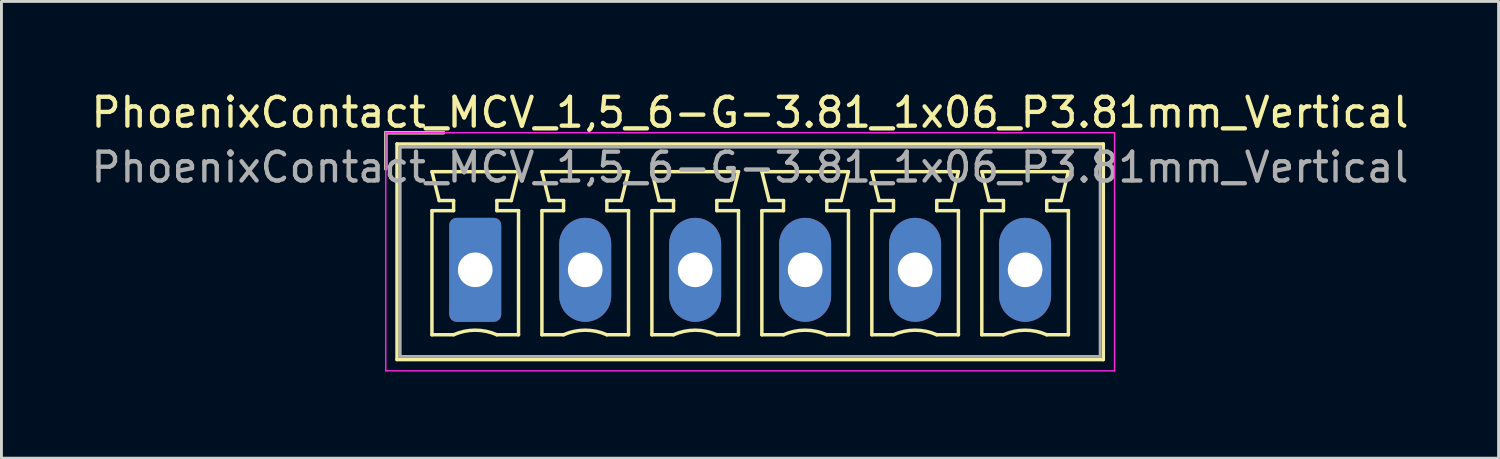
<source format=kicad_pcb>
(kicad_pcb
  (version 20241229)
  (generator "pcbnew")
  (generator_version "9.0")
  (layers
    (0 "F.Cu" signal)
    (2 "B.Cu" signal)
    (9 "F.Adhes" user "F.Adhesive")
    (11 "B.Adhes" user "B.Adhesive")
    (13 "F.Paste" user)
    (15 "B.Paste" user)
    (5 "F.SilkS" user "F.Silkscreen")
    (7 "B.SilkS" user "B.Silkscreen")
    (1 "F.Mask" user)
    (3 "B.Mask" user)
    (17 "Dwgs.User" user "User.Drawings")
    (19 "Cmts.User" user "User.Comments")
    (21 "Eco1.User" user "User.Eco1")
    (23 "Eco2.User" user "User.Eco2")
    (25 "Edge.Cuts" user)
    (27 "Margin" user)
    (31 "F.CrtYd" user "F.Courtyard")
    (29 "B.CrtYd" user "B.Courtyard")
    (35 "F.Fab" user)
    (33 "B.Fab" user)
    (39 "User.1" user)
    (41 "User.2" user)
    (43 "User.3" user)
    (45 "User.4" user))
  (footprint "PhoenixContact_MCV_1,5_6-G-3.81_1x06_P3.81mm_Vertical"
    (layer "F.Cu")
    (at 13.415 6.298)
    (property "Reference" "PhoenixContact_MCV_1,5_6-G-3.81_1x06_P3.81mm_Vertical" (at 9.52 -5.45 0) (layer "F.SilkS") (effects (font (size 1 1) (thickness 0.15))))
    (attr through_hole)
    (fp_line (start -3.1 -4.75) (end -1.1 -4.75) (stroke (width 0.12) (type solid)) (layer "F.SilkS"))
    (fp_line (start -3.1 -3.5) (end -3.1 -4.75) (stroke (width 0.12) (type solid)) (layer "F.SilkS"))
    (fp_line (start -2.71 -4.36) (end -2.71 3.11) (stroke (width 0.12) (type solid)) (layer "F.SilkS"))
    (fp_line (start -2.71 3.11) (end 21.76 3.11) (stroke (width 0.12) (type solid)) (layer "F.SilkS"))
    (fp_line (start -1.5 -3.4) (end 1.5 -3.4) (stroke (width 0.12) (type solid)) (layer "F.SilkS"))
    (fp_line (start -1.5 -2.05) (end -0.75 -2.05) (stroke (width 0.12) (type solid)) (layer "F.SilkS"))
    (fp_line (start -1.5 2.25) (end -1.5 -2.05) (stroke (width 0.12) (type solid)) (layer "F.SilkS"))
    (fp_line (start -1.25 -2.4) (end -1.5 -3.4) (stroke (width 0.12) (type solid)) (layer "F.SilkS"))
    (fp_line (start -0.75 -2.4) (end -1.25 -2.4) (stroke (width 0.12) (type solid)) (layer "F.SilkS"))
    (fp_line (start -0.75 -2.05) (end -0.75 -2.4) (stroke (width 0.12) (type solid)) (layer "F.SilkS"))
    (fp_line (start -0.75 2.25) (end -1.5 2.25) (stroke (width 0.12) (type solid)) (layer "F.SilkS"))
    (fp_line (start 0.75 -2.4) (end 0.75 -2.05) (stroke (width 0.12) (type solid)) (layer "F.SilkS"))
    (fp_line (start 0.75 -2.05) (end 1.5 -2.05) (stroke (width 0.12) (type solid)) (layer "F.SilkS"))
    (fp_line (start 1.25 -2.4) (end 0.75 -2.4) (stroke (width 0.12) (type solid)) (layer "F.SilkS"))
    (fp_line (start 1.5 -3.4) (end 1.25 -2.4) (stroke (width 0.12) (type solid)) (layer "F.SilkS"))
    (fp_line (start 1.5 -2.05) (end 1.5 2.25) (stroke (width 0.12) (type solid)) (layer "F.SilkS"))
    (fp_line (start 1.5 2.25) (end 0.75 2.25) (stroke (width 0.12) (type solid)) (layer "F.SilkS"))
    (fp_line (start 2.31 -3.4) (end 5.31 -3.4) (stroke (width 0.12) (type solid)) (layer "F.SilkS"))
    (fp_line (start 2.31 -2.05) (end 3.06 -2.05) (stroke (width 0.12) (type solid)) (layer "F.SilkS"))
    (fp_line (start 2.31 2.25) (end 2.31 -2.05) (stroke (width 0.12) (type solid)) (layer "F.SilkS"))
    (fp_line (start 2.56 -2.4) (end 2.31 -3.4) (stroke (width 0.12) (type solid)) (layer "F.SilkS"))
    (fp_line (start 3.06 -2.4) (end 2.56 -2.4) (stroke (width 0.12) (type solid)) (layer "F.SilkS"))
    (fp_line (start 3.06 -2.05) (end 3.06 -2.4) (stroke (width 0.12) (type solid)) (layer "F.SilkS"))
    (fp_line (start 3.06 2.25) (end 2.31 2.25) (stroke (width 0.12) (type solid)) (layer "F.SilkS"))
    (fp_line (start 4.56 -2.4) (end 4.56 -2.05) (stroke (width 0.12) (type solid)) (layer "F.SilkS"))
    (fp_line (start 4.56 -2.05) (end 5.31 -2.05) (stroke (width 0.12) (type solid)) (layer "F.SilkS"))
    (fp_line (start 5.06 -2.4) (end 4.56 -2.4) (stroke (width 0.12) (type solid)) (layer "F.SilkS"))
    (fp_line (start 5.31 -3.4) (end 5.06 -2.4) (stroke (width 0.12) (type solid)) (layer "F.SilkS"))
    (fp_line (start 5.31 -2.05) (end 5.31 2.25) (stroke (width 0.12) (type solid)) (layer "F.SilkS"))
    (fp_line (start 5.31 2.25) (end 4.56 2.25) (stroke (width 0.12) (type solid)) (layer "F.SilkS"))
    (fp_line (start 6.12 -3.4) (end 9.12 -3.4) (stroke (width 0.12) (type solid)) (layer "F.SilkS"))
    (fp_line (start 6.12 -2.05) (end 6.87 -2.05) (stroke (width 0.12) (type solid)) (layer "F.SilkS"))
    (fp_line (start 6.12 2.25) (end 6.12 -2.05) (stroke (width 0.12) (type solid)) (layer "F.SilkS"))
    (fp_line (start 6.37 -2.4) (end 6.12 -3.4) (stroke (width 0.12) (type solid)) (layer "F.SilkS"))
    (fp_line (start 6.87 -2.4) (end 6.37 -2.4) (stroke (width 0.12) (type solid)) (layer "F.SilkS"))
    (fp_line (start 6.87 -2.05) (end 6.87 -2.4) (stroke (width 0.12) (type solid)) (layer "F.SilkS"))
    (fp_line (start 6.87 2.25) (end 6.12 2.25) (stroke (width 0.12) (type solid)) (layer "F.SilkS"))
    (fp_line (start 8.37 -2.4) (end 8.37 -2.05) (stroke (width 0.12) (type solid)) (layer "F.SilkS"))
    (fp_line (start 8.37 -2.05) (end 9.12 -2.05) (stroke (width 0.12) (type solid)) (layer "F.SilkS"))
    (fp_line (start 8.87 -2.4) (end 8.37 -2.4) (stroke (width 0.12) (type solid)) (layer "F.SilkS"))
    (fp_line (start 9.12 -3.4) (end 8.87 -2.4) (stroke (width 0.12) (type solid)) (layer "F.SilkS"))
    (fp_line (start 9.12 -2.05) (end 9.12 2.25) (stroke (width 0.12) (type solid)) (layer "F.SilkS"))
    (fp_line (start 9.12 2.25) (end 8.37 2.25) (stroke (width 0.12) (type solid)) (layer "F.SilkS"))
    (fp_line (start 9.93 -3.4) (end 12.93 -3.4) (stroke (width 0.12) (type solid)) (layer "F.SilkS"))
    (fp_line (start 9.93 -2.05) (end 10.68 -2.05) (stroke (width 0.12) (type solid)) (layer "F.SilkS"))
    (fp_line (start 9.93 2.25) (end 9.93 -2.05) (stroke (width 0.12) (type solid)) (layer "F.SilkS"))
    (fp_line (start 10.18 -2.4) (end 9.93 -3.4) (stroke (width 0.12) (type solid)) (layer "F.SilkS"))
    (fp_line (start 10.68 -2.4) (end 10.18 -2.4) (stroke (width 0.12) (type solid)) (layer "F.SilkS"))
    (fp_line (start 10.68 -2.05) (end 10.68 -2.4) (stroke (width 0.12) (type solid)) (layer "F.SilkS"))
    (fp_line (start 10.68 2.25) (end 9.93 2.25) (stroke (width 0.12) (type solid)) (layer "F.SilkS"))
    (fp_line (start 12.18 -2.4) (end 12.18 -2.05) (stroke (width 0.12) (type solid)) (layer "F.SilkS"))
    (fp_line (start 12.18 -2.05) (end 12.93 -2.05) (stroke (width 0.12) (type solid)) (layer "F.SilkS"))
    (fp_line (start 12.68 -2.4) (end 12.18 -2.4) (stroke (width 0.12) (type solid)) (layer "F.SilkS"))
    (fp_line (start 12.93 -3.4) (end 12.68 -2.4) (stroke (width 0.12) (type solid)) (layer "F.SilkS"))
    (fp_line (start 12.93 -2.05) (end 12.93 2.25) (stroke (width 0.12) (type solid)) (layer "F.SilkS"))
    (fp_line (start 12.93 2.25) (end 12.18 2.25) (stroke (width 0.12) (type solid)) (layer "F.SilkS"))
    (fp_line (start 13.74 -3.4) (end 16.74 -3.4) (stroke (width 0.12) (type solid)) (layer "F.SilkS"))
    (fp_line (start 13.74 -2.05) (end 14.49 -2.05) (stroke (width 0.12) (type solid)) (layer "F.SilkS"))
    (fp_line (start 13.74 2.25) (end 13.74 -2.05) (stroke (width 0.12) (type solid)) (layer "F.SilkS"))
    (fp_line (start 13.99 -2.4) (end 13.74 -3.4) (stroke (width 0.12) (type solid)) (layer "F.SilkS"))
    (fp_line (start 14.49 -2.4) (end 13.99 -2.4) (stroke (width 0.12) (type solid)) (layer "F.SilkS"))
    (fp_line (start 14.49 -2.05) (end 14.49 -2.4) (stroke (width 0.12) (type solid)) (layer "F.SilkS"))
    (fp_line (start 14.49 2.25) (end 13.74 2.25) (stroke (width 0.12) (type solid)) (layer "F.SilkS"))
    (fp_line (start 15.99 -2.4) (end 15.99 -2.05) (stroke (width 0.12) (type solid)) (layer "F.SilkS"))
    (fp_line (start 15.99 -2.05) (end 16.74 -2.05) (stroke (width 0.12) (type solid)) (layer "F.SilkS"))
    (fp_line (start 16.49 -2.4) (end 15.99 -2.4) (stroke (width 0.12) (type solid)) (layer "F.SilkS"))
    (fp_line (start 16.74 -3.4) (end 16.49 -2.4) (stroke (width 0.12) (type solid)) (layer "F.SilkS"))
    (fp_line (start 16.74 -2.05) (end 16.74 2.25) (stroke (width 0.12) (type solid)) (layer "F.SilkS"))
    (fp_line (start 16.74 2.25) (end 15.99 2.25) (stroke (width 0.12) (type solid)) (layer "F.SilkS"))
    (fp_line (start 17.55 -3.4) (end 20.55 -3.4) (stroke (width 0.12) (type solid)) (layer "F.SilkS"))
    (fp_line (start 17.55 -2.05) (end 18.3 -2.05) (stroke (width 0.12) (type solid)) (layer "F.SilkS"))
    (fp_line (start 17.55 2.25) (end 17.55 -2.05) (stroke (width 0.12) (type solid)) (layer "F.SilkS"))
    (fp_line (start 17.8 -2.4) (end 17.55 -3.4) (stroke (width 0.12) (type solid)) (layer "F.SilkS"))
    (fp_line (start 18.3 -2.4) (end 17.8 -2.4) (stroke (width 0.12) (type solid)) (layer "F.SilkS"))
    (fp_line (start 18.3 -2.05) (end 18.3 -2.4) (stroke (width 0.12) (type solid)) (layer "F.SilkS"))
    (fp_line (start 18.3 2.25) (end 17.55 2.25) (stroke (width 0.12) (type solid)) (layer "F.SilkS"))
    (fp_line (start 19.8 -2.4) (end 19.8 -2.05) (stroke (width 0.12) (type solid)) (layer "F.SilkS"))
    (fp_line (start 19.8 -2.05) (end 20.55 -2.05) (stroke (width 0.12) (type solid)) (layer "F.SilkS"))
    (fp_line (start 20.3 -2.4) (end 19.8 -2.4) (stroke (width 0.12) (type solid)) (layer "F.SilkS"))
    (fp_line (start 20.55 -3.4) (end 20.3 -2.4) (stroke (width 0.12) (type solid)) (layer "F.SilkS"))
    (fp_line (start 20.55 -2.05) (end 20.55 2.25) (stroke (width 0.12) (type solid)) (layer "F.SilkS"))
    (fp_line (start 20.55 2.25) (end 19.8 2.25) (stroke (width 0.12) (type solid)) (layer "F.SilkS"))
    (fp_line (start 21.76 -4.36) (end -2.71 -4.36) (stroke (width 0.12) (type solid)) (layer "F.SilkS"))
    (fp_line (start 21.76 3.11) (end 21.76 -4.36) (stroke (width 0.12) (type solid)) (layer "F.SilkS"))
    (fp_arc (start -0.75 2.25) (mid -0.000193 2.09191) (end 0.749647 2.249844) (stroke (width 0.12) (type solid)) (layer "F.SilkS"))
    (fp_arc (start 3.06 2.25) (mid 3.809807 2.09191) (end 4.559647 2.249844) (stroke (width 0.12) (type solid)) (layer "F.SilkS"))
    (fp_arc (start 6.87 2.25) (mid 7.619807 2.09191) (end 8.369647 2.249844) (stroke (width 0.12) (type solid)) (layer "F.SilkS"))
    (fp_arc (start 10.68 2.25) (mid 11.429807 2.09191) (end 12.179647 2.249844) (stroke (width 0.12) (type solid)) (layer "F.SilkS"))
    (fp_arc (start 14.49 2.25) (mid 15.239807 2.09191) (end 15.989647 2.249844) (stroke (width 0.12) (type solid)) (layer "F.SilkS"))
    (fp_arc (start 18.3 2.25) (mid 19.049807 2.09191) (end 19.799647 2.249844) (stroke (width 0.12) (type solid)) (layer "F.SilkS"))
    (fp_line (start -3.1 -4.75) (end -3.1 3.5) (stroke (width 0.05) (type solid)) (layer "F.CrtYd"))
    (fp_line (start -3.1 3.5) (end 22.15 3.5) (stroke (width 0.05) (type solid)) (layer "F.CrtYd"))
    (fp_line (start 22.15 -4.75) (end -3.1 -4.75) (stroke (width 0.05) (type solid)) (layer "F.CrtYd"))
    (fp_line (start 22.15 3.5) (end 22.15 -4.75) (stroke (width 0.05) (type solid)) (layer "F.CrtYd"))
    (fp_line (start -3.1 -4.75) (end -1.1 -4.75) (stroke (width 0.1) (type solid)) (layer "F.Fab"))
    (fp_line (start -3.1 -3.5) (end -3.1 -4.75) (stroke (width 0.1) (type solid)) (layer "F.Fab"))
    (fp_line (start -2.6 -4.25) (end -2.6 3) (stroke (width 0.1) (type solid)) (layer "F.Fab"))
    (fp_line (start -2.6 3) (end 21.65 3) (stroke (width 0.1) (type solid)) (layer "F.Fab"))
    (fp_line (start 21.65 -4.25) (end -2.6 -4.25) (stroke (width 0.1) (type solid)) (layer "F.Fab"))
    (fp_line (start 21.65 3) (end 21.65 -4.25) (stroke (width 0.1) (type solid)) (layer "F.Fab"))
    (fp_text user "${REFERENCE}" (at 9.52 -3.55 0) (layer "F.Fab") (effects (font (size 1 1) (thickness 0.15))))
    (pad "1" thru_hole roundrect (at 0 0) (size 1.8 3.6) (drill 1.2) (layers "*.Cu" "*.Mask") (roundrect_rratio 0.139))
    (pad "2" thru_hole oval (at 3.81 0) (size 1.8 3.6) (drill 1.2) (layers "*.Cu" "*.Mask"))
    (pad "3" thru_hole oval (at 7.62 0) (size 1.8 3.6) (drill 1.2) (layers "*.Cu" "*.Mask"))
    (pad "4" thru_hole oval (at 11.43 0) (size 1.8 3.6) (drill 1.2) (layers "*.Cu" "*.Mask"))
    (pad "5" thru_hole oval (at 15.24 0) (size 1.8 3.6) (drill 1.2) (layers "*.Cu" "*.Mask"))
    (pad "6" thru_hole oval (at 19.05 0) (size 1.8 3.6) (drill 1.2) (layers "*.Cu" "*.Mask")))
  (gr_rect
    (start -3 -3)
    (end 48.869 12.823)
    (stroke (width 0.1) (type default))
    (fill no)
    (layer "Edge.Cuts")))
</source>
